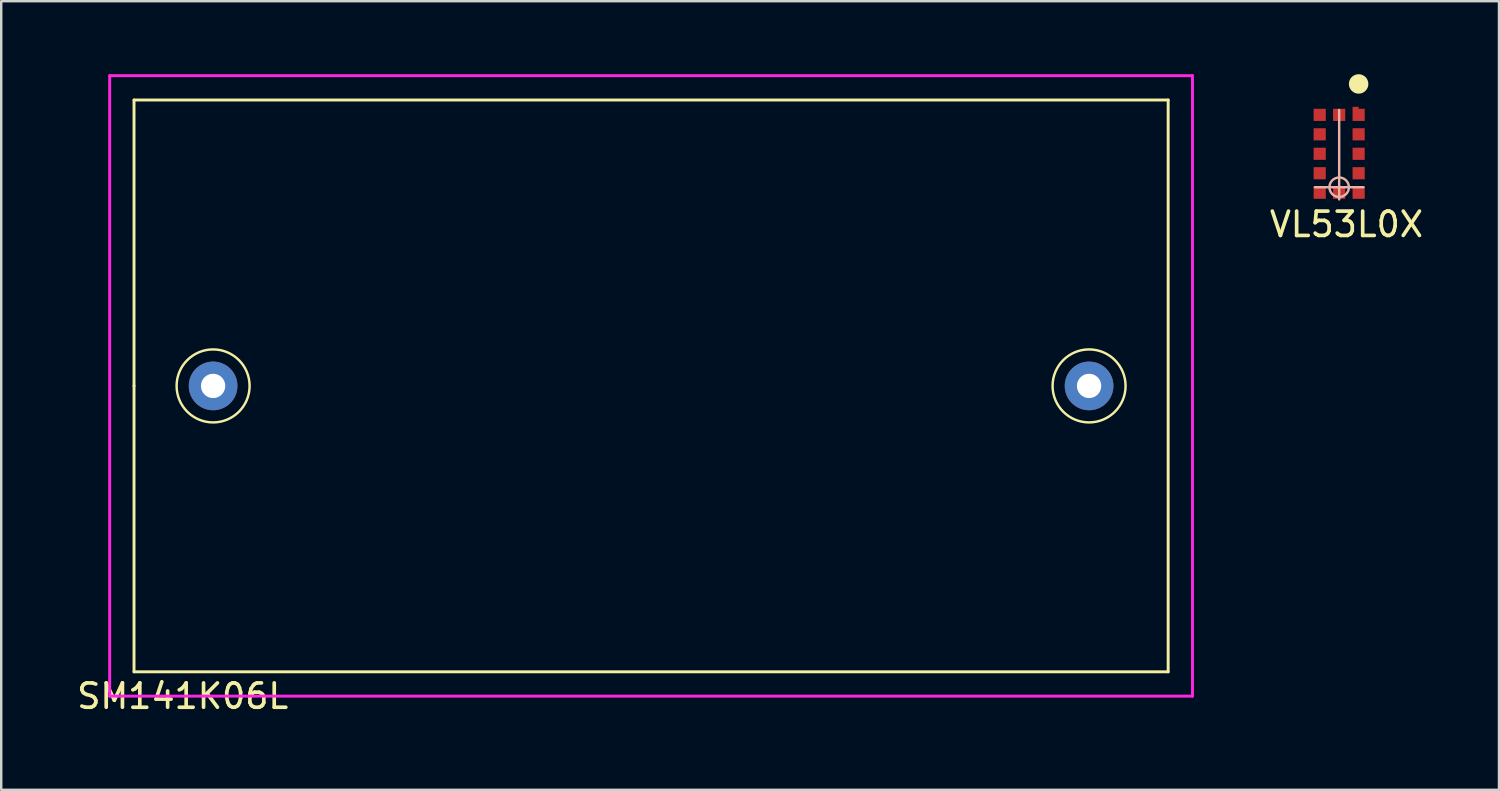
<source format=kicad_pcb>
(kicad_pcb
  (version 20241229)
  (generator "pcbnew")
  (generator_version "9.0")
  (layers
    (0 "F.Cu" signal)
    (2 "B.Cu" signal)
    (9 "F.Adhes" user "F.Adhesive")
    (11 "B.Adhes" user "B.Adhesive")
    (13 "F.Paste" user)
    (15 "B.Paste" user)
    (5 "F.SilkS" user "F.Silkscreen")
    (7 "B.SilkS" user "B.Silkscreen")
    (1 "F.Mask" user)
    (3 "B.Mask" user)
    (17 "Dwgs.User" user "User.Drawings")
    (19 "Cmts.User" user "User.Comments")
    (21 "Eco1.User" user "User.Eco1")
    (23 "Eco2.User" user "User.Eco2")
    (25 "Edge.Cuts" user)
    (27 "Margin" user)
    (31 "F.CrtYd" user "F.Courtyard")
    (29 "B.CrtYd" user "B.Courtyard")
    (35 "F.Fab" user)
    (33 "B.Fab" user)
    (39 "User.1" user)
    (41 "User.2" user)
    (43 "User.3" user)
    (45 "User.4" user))
  (footprint "VL53L0X"
    (layer "F.Cu")
    (at 52.786 1.67)
    (property "Reference" "VL53L0X" (at -0.5 4.5 0) (layer "F.SilkS") (effects (font (size 1 1) (thickness 0.15))))
    (attr smd)
    (fp_circle (center 0 -1.27) (end 0.2 -1.27) (stroke (width 0.4) (type solid)) (fill no) (layer "F.SilkS"))
    (fp_line (start -1.8 2.975) (end 0.2 2.975) (stroke (width 0.1) (type solid)) (layer "B.SilkS"))
    (fp_line (start -0.8 -0.2) (end -0.8 3.475) (stroke (width 0.1) (type solid)) (layer "B.SilkS"))
    (fp_circle (center -0.8 2.975) (end -0.4 2.975) (stroke (width 0.1) (type solid)) (fill no) (layer "B.SilkS"))
    (pad "1" smd custom (at 0 0) (size 0.5 0.5) (layers "F.Cu" "F.Mask" "F.Paste") (options (anchor rect)) (primitives (gr_poly (pts (xy -0.25 -0.33) (xy 0 -0.33) (xy 0 0.25) (xy -0.25 0.25)) (width 0) (fill yes))))
    (pad "2" smd rect (at 0 0.8) (size 0.5 0.5) (layers "F.Cu" "F.Mask" "F.Paste"))
    (pad "3" smd rect (at 0 1.6) (size 0.5 0.5) (layers "F.Cu" "F.Mask" "F.Paste"))
    (pad "4" smd rect (at 0 2.4) (size 0.5 0.5) (layers "F.Cu" "F.Mask" "F.Paste"))
    (pad "5" smd rect (at 0 3.2) (size 0.5 0.5) (layers "F.Cu" "F.Mask" "F.Paste"))
    (pad "6" smd rect (at -0.8 3.2) (size 0.5 0.5) (layers "F.Cu" "F.Mask" "F.Paste"))
    (pad "7" smd rect (at -1.6 3.2) (size 0.5 0.5) (layers "F.Cu" "F.Mask" "F.Paste"))
    (pad "8" smd rect (at -1.6 2.4) (size 0.5 0.5) (layers "F.Cu" "F.Mask" "F.Paste"))
    (pad "9" smd rect (at -1.6 1.6) (size 0.5 0.5) (layers "F.Cu" "F.Mask" "F.Paste"))
    (pad "10" smd rect (at -1.6 0.8) (size 0.5 0.5) (layers "F.Cu" "F.Mask" "F.Paste"))
    (pad "11" smd rect (at -1.6 0) (size 0.5 0.5) (layers "F.Cu" "F.Mask" "F.Paste"))
    (pad "12" smd rect (at -0.8 0) (size 0.5 0.5) (layers "F.Cu" "F.Mask" "F.Paste")))
  (footprint "SM141K06L"
    (layer "F.Cu")
    (at 23.708 12.81)
    (property "Reference" "SM141K06L" (at -19.25 12.75 0) (layer "F.SilkS") (effects (font (size 1 1) (thickness 0.15))))
    (attr through_hole)
    (fp_line (start -21.25 -11.75) (end 21.25 -11.75) (stroke (width 0.12) (type solid)) (layer "F.SilkS"))
    (fp_line (start -21.25 0) (end -21.25 -11.75) (stroke (width 0.12) (type solid)) (layer "F.SilkS"))
    (fp_line (start -21.25 11.75) (end -21.25 0) (stroke (width 0.12) (type solid)) (layer "F.SilkS"))
    (fp_line (start 21.25 -11.75) (end 21.25 11.75) (stroke (width 0.12) (type solid)) (layer "F.SilkS"))
    (fp_line (start 21.25 11.75) (end -21.25 11.75) (stroke (width 0.12) (type solid)) (layer "F.SilkS"))
    (fp_circle (center -18 0) (end -16.5 0) (stroke (width 0.1) (type solid)) (fill no) (layer "F.SilkS"))
    (fp_circle (center 18 0) (end 19.5 0) (stroke (width 0.1) (type solid)) (fill no) (layer "F.SilkS"))
    (fp_line (start -22.25 -12.75) (end 22.25 -12.75) (stroke (width 0.12) (type solid)) (layer "F.CrtYd"))
    (fp_line (start -22.25 12.75) (end -22.25 -12.75) (stroke (width 0.12) (type solid)) (layer "F.CrtYd"))
    (fp_line (start 22.25 -12.75) (end 22.25 12.75) (stroke (width 0.12) (type solid)) (layer "F.CrtYd"))
    (fp_line (start 22.25 12.75) (end -22.25 12.75) (stroke (width 0.12) (type solid)) (layer "F.CrtYd"))
    (pad "1" thru_hole circle (at 18 0) (size 2 2) (drill 1) (layers "*.Cu" "*.Mask"))
    (pad "2" thru_hole circle (at -18 0) (size 2 2) (drill 1) (layers "*.Cu" "*.Mask")))
  (gr_rect
    (start -3 -3)
    (end 58.554 29.408)
    (stroke (width 0.1) (type default))
    (fill no)
    (layer "Edge.Cuts")))
</source>
